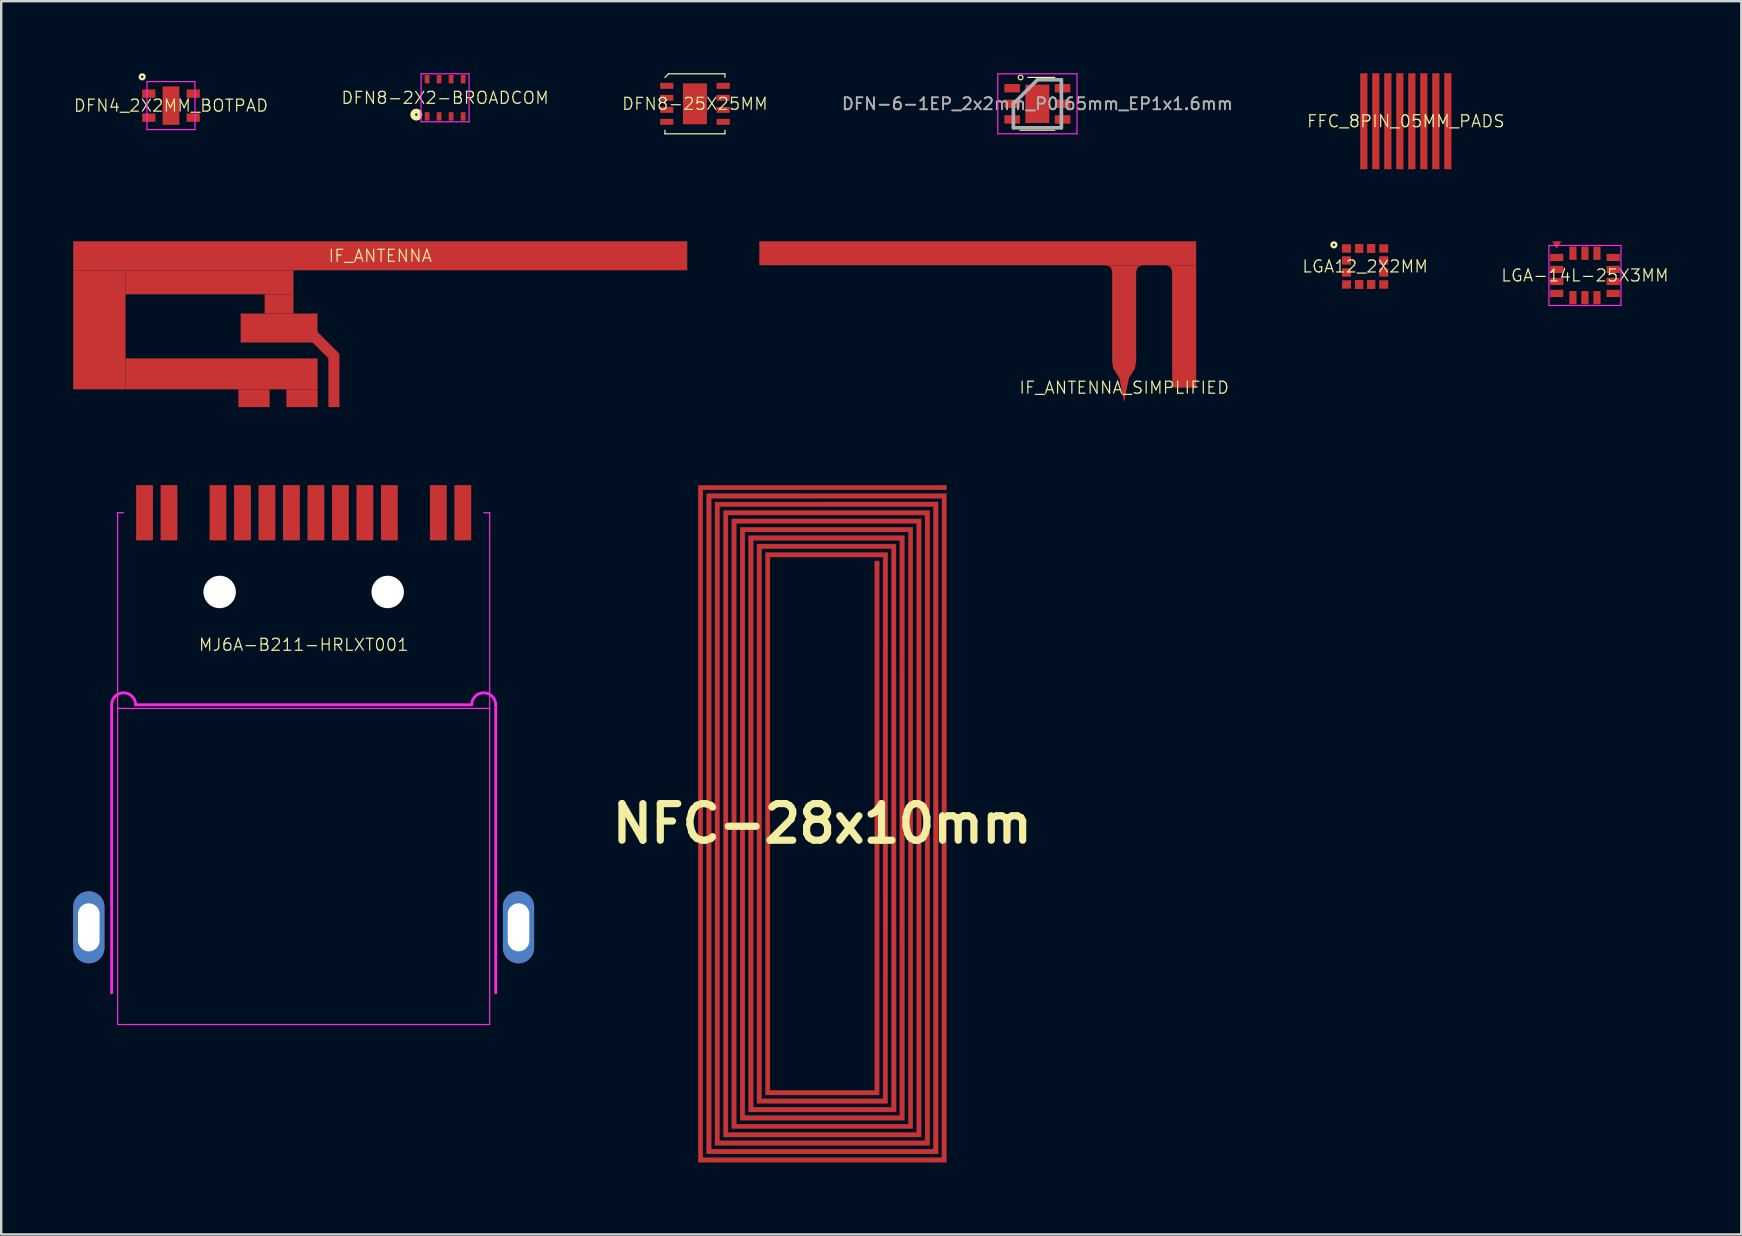
<source format=kicad_pcb>
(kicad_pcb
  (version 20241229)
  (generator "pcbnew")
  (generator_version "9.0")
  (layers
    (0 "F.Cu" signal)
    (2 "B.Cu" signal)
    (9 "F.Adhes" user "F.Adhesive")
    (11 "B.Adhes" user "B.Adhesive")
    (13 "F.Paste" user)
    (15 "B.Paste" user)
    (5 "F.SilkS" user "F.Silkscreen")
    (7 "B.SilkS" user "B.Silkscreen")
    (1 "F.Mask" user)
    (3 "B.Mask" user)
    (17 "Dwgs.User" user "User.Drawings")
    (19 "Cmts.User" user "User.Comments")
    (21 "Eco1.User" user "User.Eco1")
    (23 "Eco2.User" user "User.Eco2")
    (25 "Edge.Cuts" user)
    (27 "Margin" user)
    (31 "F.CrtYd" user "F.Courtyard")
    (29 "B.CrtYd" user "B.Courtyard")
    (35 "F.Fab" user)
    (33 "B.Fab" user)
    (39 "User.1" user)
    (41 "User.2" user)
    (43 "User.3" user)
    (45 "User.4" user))
  (footprint "FFC_8PIN_05MM_PADS"
    (layer "F.Cu")
    (at 55.514 2)
    (property "Reference" "FFC_8PIN_05MM_PADS" (at 0 0 0) (layer "F.SilkS") (effects (font (size 0.5 0.5) (thickness 0.05))))
    (attr through_hole)
    (pad "1" smd rect (at -1.75 0) (size 0.3 4) (layers "F.Cu" "F.Mask" "F.Paste"))
    (pad "2" smd rect (at -1.25 0) (size 0.3 4) (layers "F.Cu" "F.Mask" "F.Paste"))
    (pad "3" smd rect (at -0.75 0) (size 0.3 4) (layers "F.Cu" "F.Mask" "F.Paste"))
    (pad "4" smd rect (at -0.25 0) (size 0.3 4) (layers "F.Cu" "F.Mask" "F.Paste"))
    (pad "5" smd rect (at 0.25 0) (size 0.3 4) (layers "F.Cu" "F.Mask" "F.Paste"))
    (pad "6" smd rect (at 0.75 0) (size 0.3 4) (layers "F.Cu" "F.Mask" "F.Paste"))
    (pad "7" smd rect (at 1.25 0) (size 0.3 4) (layers "F.Cu" "F.Mask" "F.Paste"))
    (pad "8" smd rect (at 1.75 0) (size 0.3 4) (layers "F.Cu" "F.Mask" "F.Paste")))
  (footprint "DFN4_2X2MM_BOTPAD"
    (layer "F.Cu")
    (at 4.073 1.35)
    (property "Reference" "DFN4_2X2MM_BOTPAD" (at 0 0 0) (layer "F.SilkS") (effects (font (size 0.5 0.5) (thickness 0.05))))
    (attr through_hole)
    (fp_circle (center -1.2 -1.2) (end -1.3 -1.2) (stroke (width 0.1) (type solid)) (fill no) (layer "F.SilkS"))
    (fp_line (start -1 -1) (end -1 1) (stroke (width 0.05) (type solid)) (layer "F.CrtYd"))
    (fp_line (start -1 1) (end 1 1) (stroke (width 0.05) (type solid)) (layer "F.CrtYd"))
    (fp_line (start 1 -1) (end -1 -1) (stroke (width 0.05) (type solid)) (layer "F.CrtYd"))
    (fp_line (start 1 1) (end 1 -1) (stroke (width 0.05) (type solid)) (layer "F.CrtYd"))
    (pad "" smd rect (at -1.025 -0.5) (size 0.55 0.35) (layers "F.Paste"))
    (pad "" smd rect (at -1.025 0.5) (size 0.55 0.35) (layers "F.Paste"))
    (pad "" smd rect (at 1.025 -0.5) (size 0.55 0.35) (layers "F.Paste"))
    (pad "" smd rect (at 1.025 0.5) (size 0.55 0.35) (layers "F.Paste"))
    (pad "1" smd rect (at -0.925 -0.5) (size 0.55 0.35) (layers "F.Cu" "F.Mask"))
    (pad "2" smd rect (at -0.925 0.5) (size 0.55 0.35) (layers "F.Cu" "F.Mask"))
    (pad "3" smd rect (at 0.925 0.5) (size 0.55 0.35) (layers "F.Cu" "F.Mask"))
    (pad "4" smd rect (at 0.925 -0.5) (size 0.55 0.35) (layers "F.Cu" "F.Mask"))
    (pad "5" smd rect (at 0 0) (size 0.7 1.6) (layers "F.Cu" "F.Mask" "F.Paste")))
  (footprint "NFC-28x10mm"
    (layer "F.Cu")
    (at 31.206 31.261)
    (property "Reference" "NFC-28x10mm" (at 0 0 0) (layer "F.SilkS") (effects (font (size 1.524 1.524) (thickness 0.3))))
    (attr through_hole)
    (fp_poly (pts (xy 5.078 -13.908) (xy 0.049 -13.906) (xy -4.979 -13.904) (xy -4.979 13.913) (xy 4.979 13.913) (xy 4.984 -13.551) (xy -4.627 -13.551) (xy -4.627 13.56) (xy 4.627 13.56) (xy 4.627 -13.203) (xy -4.279 -13.203) (xy -4.279 13.213) (xy 4.279 13.213) (xy 4.279 -12.855) (xy -3.931 -12.855) (xy -3.931 12.865) (xy 3.931 12.865) (xy 3.931 -12.507) (xy -3.583 -12.507) (xy -3.583 12.517) (xy 3.583 12.517) (xy 3.583 -12.15) (xy -3.226 -12.15) (xy -3.226 12.159) (xy 3.226 12.159) (xy 3.226 -11.802) (xy -2.878 -11.802) (xy -2.878 11.811) (xy 2.878 11.811) (xy 2.878 -11.454) (xy -2.53 -11.454) (xy -2.53 11.463) (xy 2.53 11.463) (xy 2.53 -11.106) (xy -2.182 -11.106) (xy -2.182 11.115) (xy 2.182 11.115) (xy 2.182 -10.852) (xy 2.37 -10.852) (xy 2.37 11.304) (xy -2.37 11.304) (xy -2.37 -11.294) (xy 2.727 -11.294) (xy 2.722 11.656) (xy -2.722 11.656) (xy -2.722 -11.647) (xy 3.07 -11.647) (xy 3.075 12.009) (xy -3.075 12.009) (xy -3.075 -11.999) (xy 3.423 -11.999) (xy 3.423 12.357) (xy -3.423 12.357) (xy -3.423 -12.347) (xy 3.771 -12.347) (xy 3.771 12.705) (xy -3.771 12.705) (xy -3.771 -12.695) (xy 4.119 -12.695) (xy 4.119 13.053) (xy -4.119 13.053) (xy -4.119 -13.043) (xy 4.476 -13.043) (xy 4.474 0.181) (xy 4.472 13.405) (xy -4.472 13.405) (xy -4.472 -13.396) (xy 0.176 -13.398) (xy 4.824 -13.401) (xy 4.824 13.758) (xy -4.824 13.758) (xy -4.824 -13.749) (xy 5.172 -13.749) (xy 5.172 14.106) (xy -5.172 14.106) (xy -5.172 -14.096) (xy 5.078 -14.096) (xy 5.078 -13.908)) (stroke (width 0.01) (type solid)) (fill yes) (layer "F.Cu"))
    (pad "1" smd rect (at 5.078 -14.002) (size 0.198 0.198) (layers "F.Cu"))
    (pad "2" smd rect (at 2.276 -10.852) (size 0.198 0.198) (layers "F.Cu")))
  (footprint "DFN-6-1EP_2x2mm_P0.65mm_EP1x1.6mm"
    (layer "F.Cu")
    (at 40.165 1.275)
    (property "Reference" "DFN-6-1EP_2x2mm_P0.65mm_EP1x1.6mm" (at 0 0 0) (layer "F.SilkS") (effects (font (size 0.5 0.5) (thickness 0.05))))
    (attr smd)
    (fp_line (start -0.725 1.1) (end 0.725 1.1) (stroke (width 0.05) (type solid)) (layer "F.SilkS"))
    (fp_line (start -0.4 -1.1) (end 0.725 -1.1) (stroke (width 0.05) (type solid)) (layer "F.SilkS"))
    (fp_circle (center -0.7 -1.1) (end -0.6 -1.1) (stroke (width 0.05) (type solid)) (fill no) (layer "F.SilkS"))
    (fp_line (start -1.65 -1.25) (end -1.65 1.25) (stroke (width 0.05) (type solid)) (layer "F.CrtYd"))
    (fp_line (start -1.65 -1.25) (end 1.65 -1.25) (stroke (width 0.05) (type solid)) (layer "F.CrtYd"))
    (fp_line (start -1.65 1.25) (end 1.65 1.25) (stroke (width 0.05) (type solid)) (layer "F.CrtYd"))
    (fp_line (start 1.65 -1.25) (end 1.65 1.25) (stroke (width 0.05) (type solid)) (layer "F.CrtYd"))
    (fp_line (start -1 0) (end 0 -1) (stroke (width 0.15) (type solid)) (layer "F.Fab"))
    (fp_line (start -1 1) (end -1 0) (stroke (width 0.15) (type solid)) (layer "F.Fab"))
    (fp_line (start 0 -1) (end 1 -1) (stroke (width 0.15) (type solid)) (layer "F.Fab"))
    (fp_line (start 1 -1) (end 1 1) (stroke (width 0.15) (type solid)) (layer "F.Fab"))
    (fp_line (start 1 1) (end -1 1) (stroke (width 0.15) (type solid)) (layer "F.Fab"))
    (fp_text user "${REFERENCE}" (at 0 0 0) (layer "F.Fab") (effects (font (size 0.5 0.5) (thickness 0.075))))
    (pad "" smd rect (at 0 -0.4) (size 0.82 0.63) (layers "F.Paste"))
    (pad "" smd rect (at 0 0.4) (size 0.82 0.63) (layers "F.Paste"))
    (pad "1" smd rect (at -1.05 -0.65) (size 0.65 0.35) (layers "F.Cu" "F.Mask" "F.Paste"))
    (pad "2" smd rect (at -1.05 0) (size 0.65 0.35) (layers "F.Cu" "F.Mask" "F.Paste"))
    (pad "3" smd rect (at -1.05 0.65) (size 0.65 0.35) (layers "F.Cu" "F.Mask" "F.Paste"))
    (pad "4" smd rect (at 1.05 0.65) (size 0.65 0.35) (layers "F.Cu" "F.Mask" "F.Paste"))
    (pad "5" smd rect (at 1.05 0) (size 0.65 0.35) (layers "F.Cu" "F.Mask" "F.Paste"))
    (pad "6" smd rect (at 1.05 -0.65) (size 0.65 0.35) (layers "F.Cu" "F.Mask" "F.Paste"))
    (pad "7" smd rect (at 0 0) (size 1 1.6) (layers "F.Cu" "F.Mask")))
  (footprint "MJ6A-B211-HRLXT001"
    (layer "F.Cu")
    (at 9.6 18.31)
    (property "Reference" "MJ6A-B211-HRLXT001" (at 0 5.5 0) (layer "F.SilkS") (effects (font (size 0.5 0.5) (thickness 0.05))))
    (attr through_hole)
    (fp_line (start -8 20) (end -8 8) (stroke (width 0.12) (type solid)) (layer "F.CrtYd"))
    (fp_line (start -7.75 0) (end -7.5 0) (stroke (width 0.05) (type solid)) (layer "F.CrtYd"))
    (fp_line (start -7.75 8.15) (end 7.75 8.15) (stroke (width 0.05) (type solid)) (layer "F.CrtYd"))
    (fp_line (start -7.75 21.32) (end -7.75 0) (stroke (width 0.05) (type solid)) (layer "F.CrtYd"))
    (fp_line (start -7.75 21.32) (end 7.75 21.32) (stroke (width 0.05) (type solid)) (layer "F.CrtYd"))
    (fp_line (start -7 8) (end 7 8) (stroke (width 0.12) (type solid)) (layer "F.CrtYd"))
    (fp_line (start 7.75 0) (end 7.5 0) (stroke (width 0.05) (type solid)) (layer "F.CrtYd"))
    (fp_line (start 7.75 21.32) (end 7.75 0) (stroke (width 0.05) (type solid)) (layer "F.CrtYd"))
    (fp_line (start 8 8) (end 8 20) (stroke (width 0.12) (type solid)) (layer "F.CrtYd"))
    (fp_arc (start -8 8) (mid -7.5 7.5) (end -7 8) (stroke (width 0.12) (type solid)) (layer "F.CrtYd"))
    (fp_arc (start 7 8) (mid 7.5 7.5) (end 8 8) (stroke (width 0.12) (type solid)) (layer "F.CrtYd"))
    (pad "" np_thru_hole circle (at -3.5 3.3) (size 1.35 1.35) (drill 1.35) (layers "*.Cu" "*.Mask"))
    (pad "" np_thru_hole circle (at 3.5 3.3) (size 1.35 1.35) (drill 1.35) (layers "*.Cu" "*.Mask"))
    (pad "13" thru_hole oval (at -8.95 17.27) (size 1.3 3) (drill oval 0.9 2) (layers "*.Cu" "*.Mask" "F.Paste"))
    (pad "13" thru_hole oval (at 8.95 17.27) (size 1.3 3) (drill oval 0.9 2) (layers "*.Cu" "*.Mask" "F.Paste"))
    (pad "L1" smd rect (at 6.63 0) (size 0.7 2.3) (layers "F.Cu" "F.Mask" "F.Paste"))
    (pad "L2" smd rect (at 5.61 0) (size 0.7 2.3) (layers "F.Cu" "F.Mask" "F.Paste"))
    (pad "L3" smd rect (at -5.61 0) (size 0.7 2.3) (layers "F.Cu" "F.Mask" "F.Paste"))
    (pad "L4" smd rect (at -6.63 0) (size 0.7 2.3) (layers "F.Cu" "F.Mask" "F.Paste"))
    (pad "R1" smd rect (at 3.57 0) (size 0.7 2.3) (layers "F.Cu" "F.Mask" "F.Paste"))
    (pad "R2" smd rect (at 2.55 0) (size 0.7 2.3) (layers "F.Cu" "F.Mask" "F.Paste"))
    (pad "R3" smd rect (at 1.53 0) (size 0.7 2.3) (layers "F.Cu" "F.Mask" "F.Paste"))
    (pad "R4" smd rect (at 0.51 0) (size 0.7 2.3) (layers "F.Cu" "F.Mask" "F.Paste"))
    (pad "R5" smd rect (at -0.51 0) (size 0.7 2.3) (layers "F.Cu" "F.Mask" "F.Paste"))
    (pad "R6" smd rect (at -1.53 0) (size 0.7 2.3) (layers "F.Cu" "F.Mask" "F.Paste"))
    (pad "R7" smd rect (at -2.55 0) (size 0.7 2.3) (layers "F.Cu" "F.Mask" "F.Paste"))
    (pad "R8" smd rect (at -3.57 0) (size 0.7 2.3) (layers "F.Cu" "F.Mask" "F.Paste")))
  (footprint "IF_ANTENNA"
    (layer "F.Cu")
    (at 10.86 13.91)
    (property "Reference" "IF_ANTENNA" (at 1.93 -6.305 0) (layer "F.SilkS") (effects (font (size 0.5 0.5) (thickness 0.05))))
    (attr through_hole)
    (pad "1" smd rect (at 0 -1.11 270) (size 2.22 0.46) (layers "F.Cu" "F.Mask"))
    (pad "2" smd rect (at -3.33 -0.37) (size 1.3 0.74) (layers "F.Cu" "F.Mask"))
    (pad "2" smd rect (at -1.33 -0.37) (size 1.3 0.74) (layers "F.Cu" "F.Mask"))
    (pad "~" smd rect (at -9.77 -3.22) (size 2.18 4.96) (layers "F.Cu" "F.Mask"))
    (pad "~" smd rect (at -5.185 -5.2) (size 7 1) (layers "F.Cu" "F.Mask"))
    (pad "~" smd rect (at -4.68 -1.385) (size 8 1.29) (layers "F.Cu" "F.Mask"))
    (pad "~" smd rect (at -2.285 -4.3) (size 1.2 0.8) (layers "F.Cu" "F.Mask"))
    (pad "~" smd rect (at -2.285 -3.295) (size 3.2 1.21) (layers "F.Cu" "F.Mask"))
    (pad "~" smd rect (at -0.64 -2.765 315) (size 2 0.46) (layers "F.Cu" "F.Mask"))
    (pad "~" smd rect (at 1.93 -6.305) (size 25.58 1.21) (layers "F.Cu" "F.Mask")))
  (footprint "DFN8-25X25MM"
    (layer "F.Cu")
    (at 25.899 1.275)
    (property "Reference" "DFN8-25X25MM" (at 0 0 0) (layer "F.SilkS") (effects (font (size 0.5 0.5) (thickness 0.05))))
    (attr through_hole)
    (fp_line (start -1.25 -1.1) (end -1.1 -1.25) (stroke (width 0.05) (type solid)) (layer "F.SilkS"))
    (fp_line (start -1.25 1.25) (end -1.25 1.1) (stroke (width 0.05) (type solid)) (layer "F.SilkS"))
    (fp_line (start -1.1 -1.25) (end 1.25 -1.25) (stroke (width 0.05) (type solid)) (layer "F.SilkS"))
    (fp_line (start 1.25 -1.25) (end 1.25 -1.1) (stroke (width 0.05) (type solid)) (layer "F.SilkS"))
    (fp_line (start 1.25 1.1) (end 1.25 1.25) (stroke (width 0.05) (type solid)) (layer "F.SilkS"))
    (fp_line (start 1.25 1.25) (end -1.25 1.25) (stroke (width 0.05) (type solid)) (layer "F.SilkS"))
    (pad "" smd rect (at -1.275 -0.75) (size 0.55 0.25) (layers "F.Paste"))
    (pad "" smd rect (at -1.275 -0.25) (size 0.55 0.25) (layers "F.Paste"))
    (pad "" smd rect (at -1.275 0.25) (size 0.55 0.25) (layers "F.Paste"))
    (pad "" smd rect (at -1.275 0.75) (size 0.55 0.25) (layers "F.Paste"))
    (pad "" smd rect (at 0 0) (size 0.9 1.6) (layers "F.Paste"))
    (pad "" smd rect (at 1.275 -0.75) (size 0.55 0.25) (layers "F.Paste"))
    (pad "" smd rect (at 1.275 -0.25) (size 0.55 0.25) (layers "F.Paste"))
    (pad "" smd rect (at 1.275 0.25) (size 0.55 0.25) (layers "F.Paste"))
    (pad "" smd rect (at 1.275 0.75) (size 0.55 0.25) (layers "F.Paste"))
    (pad "1" smd rect (at -1.175 -0.75) (size 0.55 0.25) (layers "F.Cu" "F.Mask"))
    (pad "2" smd rect (at -1.175 -0.25) (size 0.55 0.25) (layers "F.Cu" "F.Mask"))
    (pad "3" smd rect (at -1.175 0.25) (size 0.55 0.25) (layers "F.Cu" "F.Mask"))
    (pad "4" smd rect (at -1.175 0.75) (size 0.55 0.25) (layers "F.Cu" "F.Mask"))
    (pad "5" smd rect (at 1.175 0.75) (size 0.55 0.25) (layers "F.Cu" "F.Mask"))
    (pad "6" smd rect (at 1.175 0.25) (size 0.55 0.25) (layers "F.Cu" "F.Mask"))
    (pad "7" smd rect (at 1.175 -0.25) (size 0.55 0.25) (layers "F.Cu" "F.Mask"))
    (pad "8" smd rect (at 1.175 -0.75) (size 0.55 0.25) (layers "F.Cu" "F.Mask"))
    (pad "9" smd rect (at 0 0) (size 1 1.7) (layers "F.Cu" "F.Mask")))
  (footprint "DFN8-2X2-BROADCOM"
    (layer "F.Cu")
    (at 15.492 1.025)
    (property "Reference" "DFN8-2X2-BROADCOM" (at 0 0 0) (layer "F.SilkS") (effects (font (size 0.5 0.5) (thickness 0.05))))
    (attr through_hole)
    (fp_circle (center -1.2 0.7) (end -1.15 0.7) (stroke (width 0.2) (type solid)) (fill no) (layer "F.SilkS"))
    (fp_line (start -1 -1) (end 1 -1) (stroke (width 0.05) (type solid)) (layer "F.CrtYd"))
    (fp_line (start -1 1) (end -1 -1) (stroke (width 0.05) (type solid)) (layer "F.CrtYd"))
    (fp_line (start 1 -1) (end 1 1) (stroke (width 0.05) (type solid)) (layer "F.CrtYd"))
    (fp_line (start 1 1) (end -1 1) (stroke (width 0.05) (type solid)) (layer "F.CrtYd"))
    (pad "1" smd rect (at -0.75 0.775) (size 0.2 0.35) (layers "F.Cu" "F.Mask" "F.Paste"))
    (pad "2" smd rect (at -0.25 0.775) (size 0.2 0.35) (layers "F.Cu" "F.Mask" "F.Paste"))
    (pad "3" smd rect (at 0.25 0.775) (size 0.2 0.35) (layers "F.Cu" "F.Mask" "F.Paste"))
    (pad "4" smd rect (at 0.75 0.775) (size 0.2 0.35) (layers "F.Cu" "F.Mask" "F.Paste"))
    (pad "5" smd rect (at 0.75 -0.775) (size 0.2 0.35) (layers "F.Cu" "F.Mask" "F.Paste"))
    (pad "6" smd rect (at 0.25 -0.775) (size 0.2 0.35) (layers "F.Cu" "F.Mask" "F.Paste"))
    (pad "7" smd rect (at -0.25 -0.775) (size 0.2 0.35) (layers "F.Cu" "F.Mask" "F.Paste"))
    (pad "8" smd rect (at -0.75 -0.775) (size 0.2 0.35) (layers "F.Cu" "F.Mask" "F.Paste")))
  (footprint "IF_ANTENNA_SIMPLIFIED"
    (layer "F.Cu")
    (at 43.78 13.1)
    (property "Reference" "IF_ANTENNA_SIMPLIFIED" (at 0 0 0) (layer "F.SilkS") (effects (font (size 0.5 0.5) (thickness 0.05))))
    (attr exclude_from_pos_files exclude_from_bom)
    (pad "1" smd custom (at 0 -3.1) (size 1 4) (layers "F.Cu") (options (anchor rect)) (primitives (gr_poly (pts (xy -0.5 2) (xy -0.45 2.3) (xy -0.2 2.7) (xy 0 3.7) (xy 0.2 2.7) (xy 0.45 2.3) (xy 0.5 2)) (width 0) (fill yes)) (gr_poly (pts (xy -0.75 -2) (xy -0.575 -1.925) (xy -0.5 -1.75) (xy -0.5 -2)) (width 0) (fill yes)) (gr_poly (pts (xy 0.75 -2) (xy 0.575 -1.926) (xy 0.5 -1.75) (xy 0.5 -2)) (width 0) (fill yes))))
    (pad "2" smd custom (at 2.5 -2.55) (size 1 5.1) (layers "F.Cu") (options (anchor rect)) (primitives (gr_poly (pts (xy -0.75 -2.55) (xy -0.575 -2.475) (xy -0.5 -2.3) (xy -0.5 -2.55)) (width 0) (fill yes))))
    (pad "~" smd rect (at -6.1 -5.6) (size 18.2 1) (layers "F.Cu")))
  (footprint "LGA12_2X2MM"
    (layer "F.Cu")
    (at 53.818 8.05)
    (property "Reference" "LGA12_2X2MM" (at 0 0 0) (layer "F.SilkS") (effects (font (size 0.5 0.5) (thickness 0.05))))
    (attr smd)
    (fp_circle (center -1.3 -0.9) (end -1.3 -1) (stroke (width 0.1) (type solid)) (fill no) (layer "F.SilkS"))
    (pad "1" smd rect (at -0.775 -0.75) (size 0.375 0.35) (layers "F.Cu" "F.Mask" "F.Paste"))
    (pad "2" smd rect (at -0.775 -0.25) (size 0.375 0.35) (layers "F.Cu" "F.Mask" "F.Paste"))
    (pad "3" smd rect (at -0.775 0.25) (size 0.375 0.35) (layers "F.Cu" "F.Mask" "F.Paste"))
    (pad "4" smd rect (at -0.775 0.75) (size 0.375 0.35) (layers "F.Cu" "F.Mask" "F.Paste"))
    (pad "5" smd rect (at -0.25 0.75 90) (size 0.375 0.35) (layers "F.Cu" "F.Mask" "F.Paste"))
    (pad "6" smd rect (at 0.25 0.75 90) (size 0.375 0.35) (layers "F.Cu" "F.Mask" "F.Paste"))
    (pad "7" smd rect (at 0.775 0.75) (size 0.375 0.35) (layers "F.Cu" "F.Mask" "F.Paste"))
    (pad "8" smd rect (at 0.775 0.25) (size 0.375 0.35) (layers "F.Cu" "F.Mask" "F.Paste"))
    (pad "9" smd rect (at 0.775 -0.25) (size 0.375 0.35) (layers "F.Cu" "F.Mask" "F.Paste"))
    (pad "10" smd rect (at 0.775 -0.75) (size 0.375 0.35) (layers "F.Cu" "F.Mask" "F.Paste"))
    (pad "11" smd rect (at 0.25 -0.75 90) (size 0.375 0.35) (layers "F.Cu" "F.Mask" "F.Paste"))
    (pad "12" smd rect (at -0.25 -0.75 90) (size 0.375 0.35) (layers "F.Cu" "F.Mask" "F.Paste")))
  (footprint "LGA-14L-25X3MM"
    (layer "F.Cu")
    (at 62.975 8.425)
    (property "Reference" "LGA-14L-25X3MM" (at 0 0 0) (layer "F.SilkS") (effects (font (size 0.5 0.5) (thickness 0.05))))
    (attr through_hole)
    (fp_line (start -1.5 -1.25) (end -1.5 1.25) (stroke (width 0.05) (type solid)) (layer "F.CrtYd"))
    (fp_line (start -1.5 1.25) (end 1.5 1.25) (stroke (width 0.05) (type solid)) (layer "F.CrtYd"))
    (fp_line (start 1.5 -1.25) (end -1.5 -1.25) (stroke (width 0.05) (type solid)) (layer "F.CrtYd"))
    (fp_line (start 1.5 1.25) (end 1.5 -1.25) (stroke (width 0.05) (type solid)) (layer "F.CrtYd"))
    (pad "1" smd rect (at -1.175 -0.75) (size 0.55 0.3) (layers "F.Cu" "F.Mask" "F.Paste"))
    (pad "2" smd rect (at -1.175 -0.25) (size 0.55 0.3) (layers "F.Cu" "F.Mask" "F.Paste"))
    (pad "3" smd rect (at -1.175 0.25) (size 0.55 0.3) (layers "F.Cu" "F.Mask" "F.Paste"))
    (pad "4" smd rect (at -1.175 0.75) (size 0.55 0.3) (layers "F.Cu" "F.Mask" "F.Paste"))
    (pad "5" smd rect (at -0.5 0.925 90) (size 0.55 0.3) (layers "F.Cu" "F.Mask" "F.Paste"))
    (pad "6" smd rect (at 0 0.925 90) (size 0.55 0.3) (layers "F.Cu" "F.Mask" "F.Paste"))
    (pad "7" smd rect (at 0.5 0.925 90) (size 0.55 0.3) (layers "F.Cu" "F.Mask" "F.Paste"))
    (pad "8" smd rect (at 1.175 0.75) (size 0.55 0.3) (layers "F.Cu" "F.Mask" "F.Paste"))
    (pad "9" smd rect (at 1.175 0.25) (size 0.55 0.3) (layers "F.Cu" "F.Mask" "F.Paste"))
    (pad "10" smd rect (at 1.175 -0.25) (size 0.55 0.3) (layers "F.Cu" "F.Mask" "F.Paste"))
    (pad "11" smd rect (at 1.175 -0.75) (size 0.55 0.3) (layers "F.Cu" "F.Mask" "F.Paste"))
    (pad "12" smd rect (at 0.5 -0.925 90) (size 0.55 0.3) (layers "F.Cu" "F.Mask" "F.Paste"))
    (pad "13" smd rect (at 0 -0.925 90) (size 0.55 0.3) (layers "F.Cu" "F.Mask" "F.Paste"))
    (pad "14" smd rect (at -0.5 -0.925 90) (size 0.55 0.3) (layers "F.Cu" "F.Mask" "F.Paste"))
    (pad "15" smd trapezoid (at -1.175 -1.275 270) (size 0.3 0.2) (rect_delta 0.19 0) (layers "F.Cu" "F.Mask")))
  (gr_rect
    (start -3 -3)
    (end 69.488 48.372)
    (stroke (width 0.1) (type default))
    (fill no)
    (layer "Edge.Cuts")))
</source>
